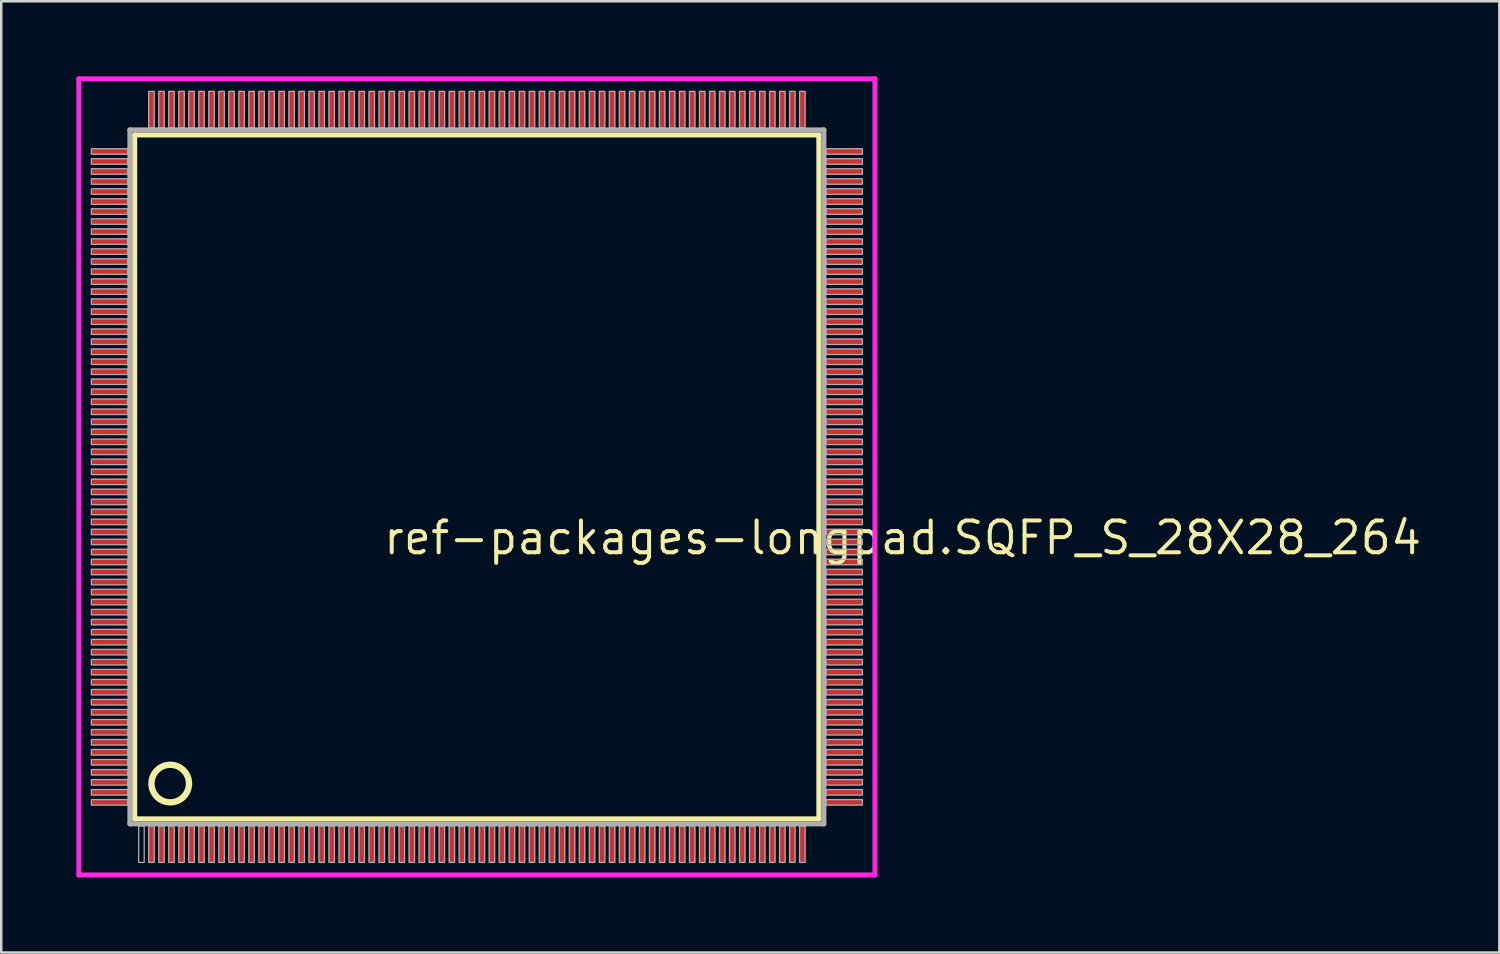
<source format=kicad_pcb>
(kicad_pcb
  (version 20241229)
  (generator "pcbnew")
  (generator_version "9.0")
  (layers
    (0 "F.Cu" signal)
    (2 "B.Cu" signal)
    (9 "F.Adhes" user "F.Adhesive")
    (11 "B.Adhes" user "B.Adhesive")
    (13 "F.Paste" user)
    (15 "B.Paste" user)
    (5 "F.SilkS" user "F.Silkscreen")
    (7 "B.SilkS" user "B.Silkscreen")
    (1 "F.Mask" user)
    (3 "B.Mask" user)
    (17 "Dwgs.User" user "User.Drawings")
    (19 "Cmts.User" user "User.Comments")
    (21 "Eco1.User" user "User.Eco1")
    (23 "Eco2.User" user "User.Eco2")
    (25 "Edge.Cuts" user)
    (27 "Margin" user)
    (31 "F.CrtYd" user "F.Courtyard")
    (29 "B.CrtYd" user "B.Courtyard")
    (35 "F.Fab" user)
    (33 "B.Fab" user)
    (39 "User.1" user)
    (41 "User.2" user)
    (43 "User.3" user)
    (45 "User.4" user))
  (footprint "ref-packages-longpad.SQFP_S_28X28_264"
    (layer "F.Cu")
    (at 16 16)
    (property "Reference" "ref-packages-longpad.SQFP_S_28X28_264" (at -3.81 3.175 0) (layer "F.SilkS") (effects (font (size 1.27 1.27) (thickness 0.16)) (justify left bottom)))
    (attr smd)
    (fp_line (start -13.67 -13.66) (end 13.66 -13.66) (stroke (width 0.203) (type default)) (layer "F.SilkS"))
    (fp_line (start -13.67 13.66) (end -13.67 -13.66) (stroke (width 0.203) (type default)) (layer "F.SilkS"))
    (fp_line (start 13.66 -13.66) (end 13.66 13.66) (stroke (width 0.203) (type default)) (layer "F.SilkS"))
    (fp_line (start 13.66 13.66) (end -13.67 13.66) (stroke (width 0.203) (type default)) (layer "F.SilkS"))
    (fp_circle (center -12.25 12.25) (end -11.5 12.25) (stroke (width 0.254) (type default)) (fill no) (layer "F.SilkS"))
    (fp_line (start -15.9 -15.9) (end 15.9 -15.9) (stroke (width 0.2) (type default)) (layer "F.CrtYd"))
    (fp_line (start -15.9 15.9) (end -15.9 -15.9) (stroke (width 0.2) (type default)) (layer "F.CrtYd"))
    (fp_line (start 15.9 -15.9) (end 15.9 15.9) (stroke (width 0.2) (type default)) (layer "F.CrtYd"))
    (fp_line (start 15.9 15.9) (end -15.9 15.9) (stroke (width 0.2) (type default)) (layer "F.CrtYd"))
    (fp_line (start -13.86 -13.86) (end -13.86 13.86) (stroke (width 0.203) (type default)) (layer "F.Fab"))
    (fp_line (start -13.86 13.86) (end 13.86 13.86) (stroke (width 0.203) (type default)) (layer "F.Fab"))
    (fp_line (start 13.86 -13.86) (end -13.86 -13.86) (stroke (width 0.203) (type default)) (layer "F.Fab"))
    (fp_line (start 13.86 13.86) (end 13.86 -13.86) (stroke (width 0.203) (type default)) (layer "F.Fab"))
    (fp_rect (start -15.4 -12.89) (end -13.95 -13.11) (stroke (width 0.05) (type default)) (fill no) (layer "F.Fab"))
    (fp_rect (start -15.4 -12.49) (end -13.95 -12.71) (stroke (width 0.05) (type default)) (fill no) (layer "F.Fab"))
    (fp_rect (start -15.4 -12.09) (end -13.95 -12.31) (stroke (width 0.05) (type default)) (fill no) (layer "F.Fab"))
    (fp_rect (start -15.4 -11.69) (end -13.95 -11.91) (stroke (width 0.05) (type default)) (fill no) (layer "F.Fab"))
    (fp_rect (start -15.4 -11.29) (end -13.95 -11.51) (stroke (width 0.05) (type default)) (fill no) (layer "F.Fab"))
    (fp_rect (start -15.4 -10.89) (end -13.95 -11.11) (stroke (width 0.05) (type default)) (fill no) (layer "F.Fab"))
    (fp_rect (start -15.4 -10.49) (end -13.95 -10.71) (stroke (width 0.05) (type default)) (fill no) (layer "F.Fab"))
    (fp_rect (start -15.4 -10.09) (end -13.95 -10.31) (stroke (width 0.05) (type default)) (fill no) (layer "F.Fab"))
    (fp_rect (start -15.4 -9.69) (end -13.95 -9.91) (stroke (width 0.05) (type default)) (fill no) (layer "F.Fab"))
    (fp_rect (start -15.4 -9.29) (end -13.95 -9.51) (stroke (width 0.05) (type default)) (fill no) (layer "F.Fab"))
    (fp_rect (start -15.4 -8.89) (end -13.95 -9.11) (stroke (width 0.05) (type default)) (fill no) (layer "F.Fab"))
    (fp_rect (start -15.4 -8.49) (end -13.95 -8.71) (stroke (width 0.05) (type default)) (fill no) (layer "F.Fab"))
    (fp_rect (start -15.4 -8.09) (end -13.95 -8.31) (stroke (width 0.05) (type default)) (fill no) (layer "F.Fab"))
    (fp_rect (start -15.4 -7.69) (end -13.95 -7.91) (stroke (width 0.05) (type default)) (fill no) (layer "F.Fab"))
    (fp_rect (start -15.4 -7.29) (end -13.95 -7.51) (stroke (width 0.05) (type default)) (fill no) (layer "F.Fab"))
    (fp_rect (start -15.4 -6.89) (end -13.95 -7.11) (stroke (width 0.05) (type default)) (fill no) (layer "F.Fab"))
    (fp_rect (start -15.4 -6.49) (end -13.95 -6.71) (stroke (width 0.05) (type default)) (fill no) (layer "F.Fab"))
    (fp_rect (start -15.4 -6.09) (end -13.95 -6.31) (stroke (width 0.05) (type default)) (fill no) (layer "F.Fab"))
    (fp_rect (start -15.4 -5.69) (end -13.95 -5.91) (stroke (width 0.05) (type default)) (fill no) (layer "F.Fab"))
    (fp_rect (start -15.4 -5.29) (end -13.95 -5.51) (stroke (width 0.05) (type default)) (fill no) (layer "F.Fab"))
    (fp_rect (start -15.4 -4.89) (end -13.95 -5.11) (stroke (width 0.05) (type default)) (fill no) (layer "F.Fab"))
    (fp_rect (start -15.4 -4.49) (end -13.95 -4.71) (stroke (width 0.05) (type default)) (fill no) (layer "F.Fab"))
    (fp_rect (start -15.4 -4.09) (end -13.95 -4.31) (stroke (width 0.05) (type default)) (fill no) (layer "F.Fab"))
    (fp_rect (start -15.4 -3.69) (end -13.95 -3.91) (stroke (width 0.05) (type default)) (fill no) (layer "F.Fab"))
    (fp_rect (start -15.4 -3.29) (end -13.95 -3.51) (stroke (width 0.05) (type default)) (fill no) (layer "F.Fab"))
    (fp_rect (start -15.4 -2.89) (end -13.95 -3.11) (stroke (width 0.05) (type default)) (fill no) (layer "F.Fab"))
    (fp_rect (start -15.4 -2.49) (end -13.95 -2.71) (stroke (width 0.05) (type default)) (fill no) (layer "F.Fab"))
    (fp_rect (start -15.4 -2.09) (end -13.95 -2.31) (stroke (width 0.05) (type default)) (fill no) (layer "F.Fab"))
    (fp_rect (start -15.4 -1.69) (end -13.95 -1.91) (stroke (width 0.05) (type default)) (fill no) (layer "F.Fab"))
    (fp_rect (start -15.4 -1.29) (end -13.95 -1.51) (stroke (width 0.05) (type default)) (fill no) (layer "F.Fab"))
    (fp_rect (start -15.4 -0.89) (end -13.95 -1.11) (stroke (width 0.05) (type default)) (fill no) (layer "F.Fab"))
    (fp_rect (start -15.4 -0.49) (end -13.95 -0.71) (stroke (width 0.05) (type default)) (fill no) (layer "F.Fab"))
    (fp_rect (start -15.4 -0.09) (end -13.95 -0.31) (stroke (width 0.05) (type default)) (fill no) (layer "F.Fab"))
    (fp_rect (start -15.4 0.31) (end -13.95 0.09) (stroke (width 0.05) (type default)) (fill no) (layer "F.Fab"))
    (fp_rect (start -15.4 0.71) (end -13.95 0.49) (stroke (width 0.05) (type default)) (fill no) (layer "F.Fab"))
    (fp_rect (start -15.4 1.11) (end -13.95 0.89) (stroke (width 0.05) (type default)) (fill no) (layer "F.Fab"))
    (fp_rect (start -15.4 1.51) (end -13.95 1.29) (stroke (width 0.05) (type default)) (fill no) (layer "F.Fab"))
    (fp_rect (start -15.4 1.91) (end -13.95 1.69) (stroke (width 0.05) (type default)) (fill no) (layer "F.Fab"))
    (fp_rect (start -15.4 2.31) (end -13.95 2.09) (stroke (width 0.05) (type default)) (fill no) (layer "F.Fab"))
    (fp_rect (start -15.4 2.71) (end -13.95 2.49) (stroke (width 0.05) (type default)) (fill no) (layer "F.Fab"))
    (fp_rect (start -15.4 3.11) (end -13.95 2.89) (stroke (width 0.05) (type default)) (fill no) (layer "F.Fab"))
    (fp_rect (start -15.4 3.51) (end -13.95 3.29) (stroke (width 0.05) (type default)) (fill no) (layer "F.Fab"))
    (fp_rect (start -15.4 3.91) (end -13.95 3.69) (stroke (width 0.05) (type default)) (fill no) (layer "F.Fab"))
    (fp_rect (start -15.4 4.31) (end -13.95 4.09) (stroke (width 0.05) (type default)) (fill no) (layer "F.Fab"))
    (fp_rect (start -15.4 4.71) (end -13.95 4.49) (stroke (width 0.05) (type default)) (fill no) (layer "F.Fab"))
    (fp_rect (start -15.4 5.11) (end -13.95 4.89) (stroke (width 0.05) (type default)) (fill no) (layer "F.Fab"))
    (fp_rect (start -15.4 5.51) (end -13.95 5.29) (stroke (width 0.05) (type default)) (fill no) (layer "F.Fab"))
    (fp_rect (start -15.4 5.91) (end -13.95 5.69) (stroke (width 0.05) (type default)) (fill no) (layer "F.Fab"))
    (fp_rect (start -15.4 6.31) (end -13.95 6.09) (stroke (width 0.05) (type default)) (fill no) (layer "F.Fab"))
    (fp_rect (start -15.4 6.71) (end -13.95 6.49) (stroke (width 0.05) (type default)) (fill no) (layer "F.Fab"))
    (fp_rect (start -15.4 7.11) (end -13.95 6.89) (stroke (width 0.05) (type default)) (fill no) (layer "F.Fab"))
    (fp_rect (start -15.4 7.51) (end -13.95 7.29) (stroke (width 0.05) (type default)) (fill no) (layer "F.Fab"))
    (fp_rect (start -15.4 7.91) (end -13.95 7.69) (stroke (width 0.05) (type default)) (fill no) (layer "F.Fab"))
    (fp_rect (start -15.4 8.31) (end -13.95 8.09) (stroke (width 0.05) (type default)) (fill no) (layer "F.Fab"))
    (fp_rect (start -15.4 8.71) (end -13.95 8.49) (stroke (width 0.05) (type default)) (fill no) (layer "F.Fab"))
    (fp_rect (start -15.4 9.11) (end -13.95 8.89) (stroke (width 0.05) (type default)) (fill no) (layer "F.Fab"))
    (fp_rect (start -15.4 9.51) (end -13.95 9.29) (stroke (width 0.05) (type default)) (fill no) (layer "F.Fab"))
    (fp_rect (start -15.4 9.91) (end -13.95 9.69) (stroke (width 0.05) (type default)) (fill no) (layer "F.Fab"))
    (fp_rect (start -15.4 10.31) (end -13.95 10.09) (stroke (width 0.05) (type default)) (fill no) (layer "F.Fab"))
    (fp_rect (start -15.4 10.71) (end -13.95 10.49) (stroke (width 0.05) (type default)) (fill no) (layer "F.Fab"))
    (fp_rect (start -15.4 11.11) (end -13.95 10.89) (stroke (width 0.05) (type default)) (fill no) (layer "F.Fab"))
    (fp_rect (start -15.4 11.51) (end -13.95 11.29) (stroke (width 0.05) (type default)) (fill no) (layer "F.Fab"))
    (fp_rect (start -15.4 11.91) (end -13.95 11.69) (stroke (width 0.05) (type default)) (fill no) (layer "F.Fab"))
    (fp_rect (start -15.4 12.31) (end -13.95 12.09) (stroke (width 0.05) (type default)) (fill no) (layer "F.Fab"))
    (fp_rect (start -15.4 12.71) (end -13.95 12.49) (stroke (width 0.05) (type default)) (fill no) (layer "F.Fab"))
    (fp_rect (start -15.4 13.11) (end -13.95 12.89) (stroke (width 0.05) (type default)) (fill no) (layer "F.Fab"))
    (fp_rect (start -13.51 15.4) (end -13.29 13.95) (stroke (width 0.05) (type default)) (fill no) (layer "F.Fab"))
    (fp_rect (start -13.11 -13.95) (end -12.89 -15.4) (stroke (width 0.05) (type default)) (fill no) (layer "F.Fab"))
    (fp_rect (start -13.11 15.4) (end -12.89 13.95) (stroke (width 0.05) (type default)) (fill no) (layer "F.Fab"))
    (fp_rect (start -12.71 -13.95) (end -12.49 -15.4) (stroke (width 0.05) (type default)) (fill no) (layer "F.Fab"))
    (fp_rect (start -12.71 15.4) (end -12.49 13.95) (stroke (width 0.05) (type default)) (fill no) (layer "F.Fab"))
    (fp_rect (start -12.31 -13.95) (end -12.09 -15.4) (stroke (width 0.05) (type default)) (fill no) (layer "F.Fab"))
    (fp_rect (start -12.31 15.4) (end -12.09 13.95) (stroke (width 0.05) (type default)) (fill no) (layer "F.Fab"))
    (fp_rect (start -11.91 -13.95) (end -11.69 -15.4) (stroke (width 0.05) (type default)) (fill no) (layer "F.Fab"))
    (fp_rect (start -11.91 15.4) (end -11.69 13.95) (stroke (width 0.05) (type default)) (fill no) (layer "F.Fab"))
    (fp_rect (start -11.51 -13.95) (end -11.29 -15.4) (stroke (width 0.05) (type default)) (fill no) (layer "F.Fab"))
    (fp_rect (start -11.51 15.4) (end -11.29 13.95) (stroke (width 0.05) (type default)) (fill no) (layer "F.Fab"))
    (fp_rect (start -11.11 -13.95) (end -10.89 -15.4) (stroke (width 0.05) (type default)) (fill no) (layer "F.Fab"))
    (fp_rect (start -11.11 15.4) (end -10.89 13.95) (stroke (width 0.05) (type default)) (fill no) (layer "F.Fab"))
    (fp_rect (start -10.71 -13.95) (end -10.49 -15.4) (stroke (width 0.05) (type default)) (fill no) (layer "F.Fab"))
    (fp_rect (start -10.71 15.4) (end -10.49 13.95) (stroke (width 0.05) (type default)) (fill no) (layer "F.Fab"))
    (fp_rect (start -10.31 -13.95) (end -10.09 -15.4) (stroke (width 0.05) (type default)) (fill no) (layer "F.Fab"))
    (fp_rect (start -10.31 15.4) (end -10.09 13.95) (stroke (width 0.05) (type default)) (fill no) (layer "F.Fab"))
    (fp_rect (start -9.91 -13.95) (end -9.69 -15.4) (stroke (width 0.05) (type default)) (fill no) (layer "F.Fab"))
    (fp_rect (start -9.91 15.4) (end -9.69 13.95) (stroke (width 0.05) (type default)) (fill no) (layer "F.Fab"))
    (fp_rect (start -9.51 -13.95) (end -9.29 -15.4) (stroke (width 0.05) (type default)) (fill no) (layer "F.Fab"))
    (fp_rect (start -9.51 15.4) (end -9.29 13.95) (stroke (width 0.05) (type default)) (fill no) (layer "F.Fab"))
    (fp_rect (start -9.11 -13.95) (end -8.89 -15.4) (stroke (width 0.05) (type default)) (fill no) (layer "F.Fab"))
    (fp_rect (start -9.11 15.4) (end -8.89 13.95) (stroke (width 0.05) (type default)) (fill no) (layer "F.Fab"))
    (fp_rect (start -8.71 -13.95) (end -8.49 -15.4) (stroke (width 0.05) (type default)) (fill no) (layer "F.Fab"))
    (fp_rect (start -8.71 15.4) (end -8.49 13.95) (stroke (width 0.05) (type default)) (fill no) (layer "F.Fab"))
    (fp_rect (start -8.31 -13.95) (end -8.09 -15.4) (stroke (width 0.05) (type default)) (fill no) (layer "F.Fab"))
    (fp_rect (start -8.31 15.4) (end -8.09 13.95) (stroke (width 0.05) (type default)) (fill no) (layer "F.Fab"))
    (fp_rect (start -7.91 -13.95) (end -7.69 -15.4) (stroke (width 0.05) (type default)) (fill no) (layer "F.Fab"))
    (fp_rect (start -7.91 15.4) (end -7.69 13.95) (stroke (width 0.05) (type default)) (fill no) (layer "F.Fab"))
    (fp_rect (start -7.51 -13.95) (end -7.29 -15.4) (stroke (width 0.05) (type default)) (fill no) (layer "F.Fab"))
    (fp_rect (start -7.51 15.4) (end -7.29 13.95) (stroke (width 0.05) (type default)) (fill no) (layer "F.Fab"))
    (fp_rect (start -7.11 -13.95) (end -6.89 -15.4) (stroke (width 0.05) (type default)) (fill no) (layer "F.Fab"))
    (fp_rect (start -7.11 15.4) (end -6.89 13.95) (stroke (width 0.05) (type default)) (fill no) (layer "F.Fab"))
    (fp_rect (start -6.71 -13.95) (end -6.49 -15.4) (stroke (width 0.05) (type default)) (fill no) (layer "F.Fab"))
    (fp_rect (start -6.71 15.4) (end -6.49 13.95) (stroke (width 0.05) (type default)) (fill no) (layer "F.Fab"))
    (fp_rect (start -6.31 -13.95) (end -6.09 -15.4) (stroke (width 0.05) (type default)) (fill no) (layer "F.Fab"))
    (fp_rect (start -6.31 15.4) (end -6.09 13.95) (stroke (width 0.05) (type default)) (fill no) (layer "F.Fab"))
    (fp_rect (start -5.91 -13.95) (end -5.69 -15.4) (stroke (width 0.05) (type default)) (fill no) (layer "F.Fab"))
    (fp_rect (start -5.91 15.4) (end -5.69 13.95) (stroke (width 0.05) (type default)) (fill no) (layer "F.Fab"))
    (fp_rect (start -5.51 -13.95) (end -5.29 -15.4) (stroke (width 0.05) (type default)) (fill no) (layer "F.Fab"))
    (fp_rect (start -5.51 15.4) (end -5.29 13.95) (stroke (width 0.05) (type default)) (fill no) (layer "F.Fab"))
    (fp_rect (start -5.11 -13.95) (end -4.89 -15.4) (stroke (width 0.05) (type default)) (fill no) (layer "F.Fab"))
    (fp_rect (start -5.11 15.4) (end -4.89 13.95) (stroke (width 0.05) (type default)) (fill no) (layer "F.Fab"))
    (fp_rect (start -4.71 -13.95) (end -4.49 -15.4) (stroke (width 0.05) (type default)) (fill no) (layer "F.Fab"))
    (fp_rect (start -4.71 15.4) (end -4.49 13.95) (stroke (width 0.05) (type default)) (fill no) (layer "F.Fab"))
    (fp_rect (start -4.31 -13.95) (end -4.09 -15.4) (stroke (width 0.05) (type default)) (fill no) (layer "F.Fab"))
    (fp_rect (start -4.31 15.4) (end -4.09 13.95) (stroke (width 0.05) (type default)) (fill no) (layer "F.Fab"))
    (fp_rect (start -3.91 -13.95) (end -3.69 -15.4) (stroke (width 0.05) (type default)) (fill no) (layer "F.Fab"))
    (fp_rect (start -3.91 15.4) (end -3.69 13.95) (stroke (width 0.05) (type default)) (fill no) (layer "F.Fab"))
    (fp_rect (start -3.51 -13.95) (end -3.29 -15.4) (stroke (width 0.05) (type default)) (fill no) (layer "F.Fab"))
    (fp_rect (start -3.51 15.4) (end -3.29 13.95) (stroke (width 0.05) (type default)) (fill no) (layer "F.Fab"))
    (fp_rect (start -3.11 -13.95) (end -2.89 -15.4) (stroke (width 0.05) (type default)) (fill no) (layer "F.Fab"))
    (fp_rect (start -3.11 15.4) (end -2.89 13.95) (stroke (width 0.05) (type default)) (fill no) (layer "F.Fab"))
    (fp_rect (start -2.71 -13.95) (end -2.49 -15.4) (stroke (width 0.05) (type default)) (fill no) (layer "F.Fab"))
    (fp_rect (start -2.71 15.4) (end -2.49 13.95) (stroke (width 0.05) (type default)) (fill no) (layer "F.Fab"))
    (fp_rect (start -2.31 -13.95) (end -2.09 -15.4) (stroke (width 0.05) (type default)) (fill no) (layer "F.Fab"))
    (fp_rect (start -2.31 15.4) (end -2.09 13.95) (stroke (width 0.05) (type default)) (fill no) (layer "F.Fab"))
    (fp_rect (start -1.91 -13.95) (end -1.69 -15.4) (stroke (width 0.05) (type default)) (fill no) (layer "F.Fab"))
    (fp_rect (start -1.91 15.4) (end -1.69 13.95) (stroke (width 0.05) (type default)) (fill no) (layer "F.Fab"))
    (fp_rect (start -1.51 -13.95) (end -1.29 -15.4) (stroke (width 0.05) (type default)) (fill no) (layer "F.Fab"))
    (fp_rect (start -1.51 15.4) (end -1.29 13.95) (stroke (width 0.05) (type default)) (fill no) (layer "F.Fab"))
    (fp_rect (start -1.11 -13.95) (end -0.89 -15.4) (stroke (width 0.05) (type default)) (fill no) (layer "F.Fab"))
    (fp_rect (start -1.11 15.4) (end -0.89 13.95) (stroke (width 0.05) (type default)) (fill no) (layer "F.Fab"))
    (fp_rect (start -0.71 -13.95) (end -0.49 -15.4) (stroke (width 0.05) (type default)) (fill no) (layer "F.Fab"))
    (fp_rect (start -0.71 15.4) (end -0.49 13.95) (stroke (width 0.05) (type default)) (fill no) (layer "F.Fab"))
    (fp_rect (start -0.31 -13.95) (end -0.09 -15.4) (stroke (width 0.05) (type default)) (fill no) (layer "F.Fab"))
    (fp_rect (start -0.31 15.4) (end -0.09 13.95) (stroke (width 0.05) (type default)) (fill no) (layer "F.Fab"))
    (fp_rect (start 0.09 -13.95) (end 0.31 -15.4) (stroke (width 0.05) (type default)) (fill no) (layer "F.Fab"))
    (fp_rect (start 0.09 15.4) (end 0.31 13.95) (stroke (width 0.05) (type default)) (fill no) (layer "F.Fab"))
    (fp_rect (start 0.49 -13.95) (end 0.71 -15.4) (stroke (width 0.05) (type default)) (fill no) (layer "F.Fab"))
    (fp_rect (start 0.49 15.4) (end 0.71 13.95) (stroke (width 0.05) (type default)) (fill no) (layer "F.Fab"))
    (fp_rect (start 0.89 -13.95) (end 1.11 -15.4) (stroke (width 0.05) (type default)) (fill no) (layer "F.Fab"))
    (fp_rect (start 0.89 15.4) (end 1.11 13.95) (stroke (width 0.05) (type default)) (fill no) (layer "F.Fab"))
    (fp_rect (start 1.29 -13.95) (end 1.51 -15.4) (stroke (width 0.05) (type default)) (fill no) (layer "F.Fab"))
    (fp_rect (start 1.29 15.4) (end 1.51 13.95) (stroke (width 0.05) (type default)) (fill no) (layer "F.Fab"))
    (fp_rect (start 1.69 -13.95) (end 1.91 -15.4) (stroke (width 0.05) (type default)) (fill no) (layer "F.Fab"))
    (fp_rect (start 1.69 15.4) (end 1.91 13.95) (stroke (width 0.05) (type default)) (fill no) (layer "F.Fab"))
    (fp_rect (start 2.09 -13.95) (end 2.31 -15.4) (stroke (width 0.05) (type default)) (fill no) (layer "F.Fab"))
    (fp_rect (start 2.09 15.4) (end 2.31 13.95) (stroke (width 0.05) (type default)) (fill no) (layer "F.Fab"))
    (fp_rect (start 2.49 -13.95) (end 2.71 -15.4) (stroke (width 0.05) (type default)) (fill no) (layer "F.Fab"))
    (fp_rect (start 2.49 15.4) (end 2.71 13.95) (stroke (width 0.05) (type default)) (fill no) (layer "F.Fab"))
    (fp_rect (start 2.89 -13.95) (end 3.11 -15.4) (stroke (width 0.05) (type default)) (fill no) (layer "F.Fab"))
    (fp_rect (start 2.89 15.4) (end 3.11 13.95) (stroke (width 0.05) (type default)) (fill no) (layer "F.Fab"))
    (fp_rect (start 3.29 -13.95) (end 3.51 -15.4) (stroke (width 0.05) (type default)) (fill no) (layer "F.Fab"))
    (fp_rect (start 3.29 15.4) (end 3.51 13.95) (stroke (width 0.05) (type default)) (fill no) (layer "F.Fab"))
    (fp_rect (start 3.69 -13.95) (end 3.91 -15.4) (stroke (width 0.05) (type default)) (fill no) (layer "F.Fab"))
    (fp_rect (start 3.69 15.4) (end 3.91 13.95) (stroke (width 0.05) (type default)) (fill no) (layer "F.Fab"))
    (fp_rect (start 4.09 -13.95) (end 4.31 -15.4) (stroke (width 0.05) (type default)) (fill no) (layer "F.Fab"))
    (fp_rect (start 4.09 15.4) (end 4.31 13.95) (stroke (width 0.05) (type default)) (fill no) (layer "F.Fab"))
    (fp_rect (start 4.49 -13.95) (end 4.71 -15.4) (stroke (width 0.05) (type default)) (fill no) (layer "F.Fab"))
    (fp_rect (start 4.49 15.4) (end 4.71 13.95) (stroke (width 0.05) (type default)) (fill no) (layer "F.Fab"))
    (fp_rect (start 4.89 -13.95) (end 5.11 -15.4) (stroke (width 0.05) (type default)) (fill no) (layer "F.Fab"))
    (fp_rect (start 4.89 15.4) (end 5.11 13.95) (stroke (width 0.05) (type default)) (fill no) (layer "F.Fab"))
    (fp_rect (start 5.29 -13.95) (end 5.51 -15.4) (stroke (width 0.05) (type default)) (fill no) (layer "F.Fab"))
    (fp_rect (start 5.29 15.4) (end 5.51 13.95) (stroke (width 0.05) (type default)) (fill no) (layer "F.Fab"))
    (fp_rect (start 5.69 -13.95) (end 5.91 -15.4) (stroke (width 0.05) (type default)) (fill no) (layer "F.Fab"))
    (fp_rect (start 5.69 15.4) (end 5.91 13.95) (stroke (width 0.05) (type default)) (fill no) (layer "F.Fab"))
    (fp_rect (start 6.09 -13.95) (end 6.31 -15.4) (stroke (width 0.05) (type default)) (fill no) (layer "F.Fab"))
    (fp_rect (start 6.09 15.4) (end 6.31 13.95) (stroke (width 0.05) (type default)) (fill no) (layer "F.Fab"))
    (fp_rect (start 6.49 -13.95) (end 6.71 -15.4) (stroke (width 0.05) (type default)) (fill no) (layer "F.Fab"))
    (fp_rect (start 6.49 15.4) (end 6.71 13.95) (stroke (width 0.05) (type default)) (fill no) (layer "F.Fab"))
    (fp_rect (start 6.89 -13.95) (end 7.11 -15.4) (stroke (width 0.05) (type default)) (fill no) (layer "F.Fab"))
    (fp_rect (start 6.89 15.4) (end 7.11 13.95) (stroke (width 0.05) (type default)) (fill no) (layer "F.Fab"))
    (fp_rect (start 7.29 -13.95) (end 7.51 -15.4) (stroke (width 0.05) (type default)) (fill no) (layer "F.Fab"))
    (fp_rect (start 7.29 15.4) (end 7.51 13.95) (stroke (width 0.05) (type default)) (fill no) (layer "F.Fab"))
    (fp_rect (start 7.69 -13.95) (end 7.91 -15.4) (stroke (width 0.05) (type default)) (fill no) (layer "F.Fab"))
    (fp_rect (start 7.69 15.4) (end 7.91 13.95) (stroke (width 0.05) (type default)) (fill no) (layer "F.Fab"))
    (fp_rect (start 8.09 -13.95) (end 8.31 -15.4) (stroke (width 0.05) (type default)) (fill no) (layer "F.Fab"))
    (fp_rect (start 8.09 15.4) (end 8.31 13.95) (stroke (width 0.05) (type default)) (fill no) (layer "F.Fab"))
    (fp_rect (start 8.49 -13.95) (end 8.71 -15.4) (stroke (width 0.05) (type default)) (fill no) (layer "F.Fab"))
    (fp_rect (start 8.49 15.4) (end 8.71 13.95) (stroke (width 0.05) (type default)) (fill no) (layer "F.Fab"))
    (fp_rect (start 8.89 -13.95) (end 9.11 -15.4) (stroke (width 0.05) (type default)) (fill no) (layer "F.Fab"))
    (fp_rect (start 8.89 15.4) (end 9.11 13.95) (stroke (width 0.05) (type default)) (fill no) (layer "F.Fab"))
    (fp_rect (start 9.29 -13.95) (end 9.51 -15.4) (stroke (width 0.05) (type default)) (fill no) (layer "F.Fab"))
    (fp_rect (start 9.29 15.4) (end 9.51 13.95) (stroke (width 0.05) (type default)) (fill no) (layer "F.Fab"))
    (fp_rect (start 9.69 -13.95) (end 9.91 -15.4) (stroke (width 0.05) (type default)) (fill no) (layer "F.Fab"))
    (fp_rect (start 9.69 15.4) (end 9.91 13.95) (stroke (width 0.05) (type default)) (fill no) (layer "F.Fab"))
    (fp_rect (start 10.09 -13.95) (end 10.31 -15.4) (stroke (width 0.05) (type default)) (fill no) (layer "F.Fab"))
    (fp_rect (start 10.09 15.4) (end 10.31 13.95) (stroke (width 0.05) (type default)) (fill no) (layer "F.Fab"))
    (fp_rect (start 10.49 -13.95) (end 10.71 -15.4) (stroke (width 0.05) (type default)) (fill no) (layer "F.Fab"))
    (fp_rect (start 10.49 15.4) (end 10.71 13.95) (stroke (width 0.05) (type default)) (fill no) (layer "F.Fab"))
    (fp_rect (start 10.89 -13.95) (end 11.11 -15.4) (stroke (width 0.05) (type default)) (fill no) (layer "F.Fab"))
    (fp_rect (start 10.89 15.4) (end 11.11 13.95) (stroke (width 0.05) (type default)) (fill no) (layer "F.Fab"))
    (fp_rect (start 11.29 -13.95) (end 11.51 -15.4) (stroke (width 0.05) (type default)) (fill no) (layer "F.Fab"))
    (fp_rect (start 11.29 15.4) (end 11.51 13.95) (stroke (width 0.05) (type default)) (fill no) (layer "F.Fab"))
    (fp_rect (start 11.69 -13.95) (end 11.91 -15.4) (stroke (width 0.05) (type default)) (fill no) (layer "F.Fab"))
    (fp_rect (start 11.69 15.4) (end 11.91 13.95) (stroke (width 0.05) (type default)) (fill no) (layer "F.Fab"))
    (fp_rect (start 12.09 -13.95) (end 12.31 -15.4) (stroke (width 0.05) (type default)) (fill no) (layer "F.Fab"))
    (fp_rect (start 12.09 15.4) (end 12.31 13.95) (stroke (width 0.05) (type default)) (fill no) (layer "F.Fab"))
    (fp_rect (start 12.49 -13.95) (end 12.71 -15.4) (stroke (width 0.05) (type default)) (fill no) (layer "F.Fab"))
    (fp_rect (start 12.49 15.4) (end 12.71 13.95) (stroke (width 0.05) (type default)) (fill no) (layer "F.Fab"))
    (fp_rect (start 12.89 -13.95) (end 13.11 -15.4) (stroke (width 0.05) (type default)) (fill no) (layer "F.Fab"))
    (fp_rect (start 12.89 15.4) (end 13.11 13.95) (stroke (width 0.05) (type default)) (fill no) (layer "F.Fab"))
    (fp_rect (start 13.95 -12.89) (end 15.4 -13.11) (stroke (width 0.05) (type default)) (fill no) (layer "F.Fab"))
    (fp_rect (start 13.95 -12.49) (end 15.4 -12.71) (stroke (width 0.05) (type default)) (fill no) (layer "F.Fab"))
    (fp_rect (start 13.95 -12.09) (end 15.4 -12.31) (stroke (width 0.05) (type default)) (fill no) (layer "F.Fab"))
    (fp_rect (start 13.95 -11.69) (end 15.4 -11.91) (stroke (width 0.05) (type default)) (fill no) (layer "F.Fab"))
    (fp_rect (start 13.95 -11.29) (end 15.4 -11.51) (stroke (width 0.05) (type default)) (fill no) (layer "F.Fab"))
    (fp_rect (start 13.95 -10.89) (end 15.4 -11.11) (stroke (width 0.05) (type default)) (fill no) (layer "F.Fab"))
    (fp_rect (start 13.95 -10.49) (end 15.4 -10.71) (stroke (width 0.05) (type default)) (fill no) (layer "F.Fab"))
    (fp_rect (start 13.95 -10.09) (end 15.4 -10.31) (stroke (width 0.05) (type default)) (fill no) (layer "F.Fab"))
    (fp_rect (start 13.95 -9.69) (end 15.4 -9.91) (stroke (width 0.05) (type default)) (fill no) (layer "F.Fab"))
    (fp_rect (start 13.95 -9.29) (end 15.4 -9.51) (stroke (width 0.05) (type default)) (fill no) (layer "F.Fab"))
    (fp_rect (start 13.95 -8.89) (end 15.4 -9.11) (stroke (width 0.05) (type default)) (fill no) (layer "F.Fab"))
    (fp_rect (start 13.95 -8.49) (end 15.4 -8.71) (stroke (width 0.05) (type default)) (fill no) (layer "F.Fab"))
    (fp_rect (start 13.95 -8.09) (end 15.4 -8.31) (stroke (width 0.05) (type default)) (fill no) (layer "F.Fab"))
    (fp_rect (start 13.95 -7.69) (end 15.4 -7.91) (stroke (width 0.05) (type default)) (fill no) (layer "F.Fab"))
    (fp_rect (start 13.95 -7.29) (end 15.4 -7.51) (stroke (width 0.05) (type default)) (fill no) (layer "F.Fab"))
    (fp_rect (start 13.95 -6.89) (end 15.4 -7.11) (stroke (width 0.05) (type default)) (fill no) (layer "F.Fab"))
    (fp_rect (start 13.95 -6.49) (end 15.4 -6.71) (stroke (width 0.05) (type default)) (fill no) (layer "F.Fab"))
    (fp_rect (start 13.95 -6.09) (end 15.4 -6.31) (stroke (width 0.05) (type default)) (fill no) (layer "F.Fab"))
    (fp_rect (start 13.95 -5.69) (end 15.4 -5.91) (stroke (width 0.05) (type default)) (fill no) (layer "F.Fab"))
    (fp_rect (start 13.95 -5.29) (end 15.4 -5.51) (stroke (width 0.05) (type default)) (fill no) (layer "F.Fab"))
    (fp_rect (start 13.95 -4.89) (end 15.4 -5.11) (stroke (width 0.05) (type default)) (fill no) (layer "F.Fab"))
    (fp_rect (start 13.95 -4.49) (end 15.4 -4.71) (stroke (width 0.05) (type default)) (fill no) (layer "F.Fab"))
    (fp_rect (start 13.95 -4.09) (end 15.4 -4.31) (stroke (width 0.05) (type default)) (fill no) (layer "F.Fab"))
    (fp_rect (start 13.95 -3.69) (end 15.4 -3.91) (stroke (width 0.05) (type default)) (fill no) (layer "F.Fab"))
    (fp_rect (start 13.95 -3.29) (end 15.4 -3.51) (stroke (width 0.05) (type default)) (fill no) (layer "F.Fab"))
    (fp_rect (start 13.95 -2.89) (end 15.4 -3.11) (stroke (width 0.05) (type default)) (fill no) (layer "F.Fab"))
    (fp_rect (start 13.95 -2.49) (end 15.4 -2.71) (stroke (width 0.05) (type default)) (fill no) (layer "F.Fab"))
    (fp_rect (start 13.95 -2.09) (end 15.4 -2.31) (stroke (width 0.05) (type default)) (fill no) (layer "F.Fab"))
    (fp_rect (start 13.95 -1.69) (end 15.4 -1.91) (stroke (width 0.05) (type default)) (fill no) (layer "F.Fab"))
    (fp_rect (start 13.95 -1.29) (end 15.4 -1.51) (stroke (width 0.05) (type default)) (fill no) (layer "F.Fab"))
    (fp_rect (start 13.95 -0.89) (end 15.4 -1.11) (stroke (width 0.05) (type default)) (fill no) (layer "F.Fab"))
    (fp_rect (start 13.95 -0.49) (end 15.4 -0.71) (stroke (width 0.05) (type default)) (fill no) (layer "F.Fab"))
    (fp_rect (start 13.95 -0.09) (end 15.4 -0.31) (stroke (width 0.05) (type default)) (fill no) (layer "F.Fab"))
    (fp_rect (start 13.95 0.31) (end 15.4 0.09) (stroke (width 0.05) (type default)) (fill no) (layer "F.Fab"))
    (fp_rect (start 13.95 0.71) (end 15.4 0.49) (stroke (width 0.05) (type default)) (fill no) (layer "F.Fab"))
    (fp_rect (start 13.95 1.11) (end 15.4 0.89) (stroke (width 0.05) (type default)) (fill no) (layer "F.Fab"))
    (fp_rect (start 13.95 1.51) (end 15.4 1.29) (stroke (width 0.05) (type default)) (fill no) (layer "F.Fab"))
    (fp_rect (start 13.95 1.91) (end 15.4 1.69) (stroke (width 0.05) (type default)) (fill no) (layer "F.Fab"))
    (fp_rect (start 13.95 2.31) (end 15.4 2.09) (stroke (width 0.05) (type default)) (fill no) (layer "F.Fab"))
    (fp_rect (start 13.95 2.71) (end 15.4 2.49) (stroke (width 0.05) (type default)) (fill no) (layer "F.Fab"))
    (fp_rect (start 13.95 3.11) (end 15.4 2.89) (stroke (width 0.05) (type default)) (fill no) (layer "F.Fab"))
    (fp_rect (start 13.95 3.51) (end 15.4 3.29) (stroke (width 0.05) (type default)) (fill no) (layer "F.Fab"))
    (fp_rect (start 13.95 3.91) (end 15.4 3.69) (stroke (width 0.05) (type default)) (fill no) (layer "F.Fab"))
    (fp_rect (start 13.95 4.31) (end 15.4 4.09) (stroke (width 0.05) (type default)) (fill no) (layer "F.Fab"))
    (fp_rect (start 13.95 4.71) (end 15.4 4.49) (stroke (width 0.05) (type default)) (fill no) (layer "F.Fab"))
    (fp_rect (start 13.95 5.11) (end 15.4 4.89) (stroke (width 0.05) (type default)) (fill no) (layer "F.Fab"))
    (fp_rect (start 13.95 5.51) (end 15.4 5.29) (stroke (width 0.05) (type default)) (fill no) (layer "F.Fab"))
    (fp_rect (start 13.95 5.91) (end 15.4 5.69) (stroke (width 0.05) (type default)) (fill no) (layer "F.Fab"))
    (fp_rect (start 13.95 6.31) (end 15.4 6.09) (stroke (width 0.05) (type default)) (fill no) (layer "F.Fab"))
    (fp_rect (start 13.95 6.71) (end 15.4 6.49) (stroke (width 0.05) (type default)) (fill no) (layer "F.Fab"))
    (fp_rect (start 13.95 7.11) (end 15.4 6.89) (stroke (width 0.05) (type default)) (fill no) (layer "F.Fab"))
    (fp_rect (start 13.95 7.51) (end 15.4 7.29) (stroke (width 0.05) (type default)) (fill no) (layer "F.Fab"))
    (fp_rect (start 13.95 7.91) (end 15.4 7.69) (stroke (width 0.05) (type default)) (fill no) (layer "F.Fab"))
    (fp_rect (start 13.95 8.31) (end 15.4 8.09) (stroke (width 0.05) (type default)) (fill no) (layer "F.Fab"))
    (fp_rect (start 13.95 8.71) (end 15.4 8.49) (stroke (width 0.05) (type default)) (fill no) (layer "F.Fab"))
    (fp_rect (start 13.95 9.11) (end 15.4 8.89) (stroke (width 0.05) (type default)) (fill no) (layer "F.Fab"))
    (fp_rect (start 13.95 9.51) (end 15.4 9.29) (stroke (width 0.05) (type default)) (fill no) (layer "F.Fab"))
    (fp_rect (start 13.95 9.91) (end 15.4 9.69) (stroke (width 0.05) (type default)) (fill no) (layer "F.Fab"))
    (fp_rect (start 13.95 10.31) (end 15.4 10.09) (stroke (width 0.05) (type default)) (fill no) (layer "F.Fab"))
    (fp_rect (start 13.95 10.71) (end 15.4 10.49) (stroke (width 0.05) (type default)) (fill no) (layer "F.Fab"))
    (fp_rect (start 13.95 11.11) (end 15.4 10.89) (stroke (width 0.05) (type default)) (fill no) (layer "F.Fab"))
    (fp_rect (start 13.95 11.51) (end 15.4 11.29) (stroke (width 0.05) (type default)) (fill no) (layer "F.Fab"))
    (fp_rect (start 13.95 11.91) (end 15.4 11.69) (stroke (width 0.05) (type default)) (fill no) (layer "F.Fab"))
    (fp_rect (start 13.95 12.31) (end 15.4 12.09) (stroke (width 0.05) (type default)) (fill no) (layer "F.Fab"))
    (fp_rect (start 13.95 12.71) (end 15.4 12.49) (stroke (width 0.05) (type default)) (fill no) (layer "F.Fab"))
    (fp_rect (start 13.95 13.11) (end 15.4 12.89) (stroke (width 0.05) (type default)) (fill no) (layer "F.Fab"))
    (pad "1" smd roundrect (at -13 14.6) (size 0.25 1.6) (layers "F.Cu" "F.Mask" "F.Paste") (roundrect_rratio 0.01))
    (pad "2" smd roundrect (at -12.6 14.6) (size 0.25 1.6) (layers "F.Cu" "F.Mask" "F.Paste") (roundrect_rratio 0.01))
    (pad "3" smd roundrect (at -12.2 14.6) (size 0.25 1.6) (layers "F.Cu" "F.Mask" "F.Paste") (roundrect_rratio 0.01))
    (pad "4" smd roundrect (at -11.8 14.6) (size 0.25 1.6) (layers "F.Cu" "F.Mask" "F.Paste") (roundrect_rratio 0.01))
    (pad "5" smd roundrect (at -11.4 14.6) (size 0.25 1.6) (layers "F.Cu" "F.Mask" "F.Paste") (roundrect_rratio 0.01))
    (pad "6" smd roundrect (at -11 14.6) (size 0.25 1.6) (layers "F.Cu" "F.Mask" "F.Paste") (roundrect_rratio 0.01))
    (pad "7" smd roundrect (at -10.6 14.6) (size 0.25 1.6) (layers "F.Cu" "F.Mask" "F.Paste") (roundrect_rratio 0.01))
    (pad "8" smd roundrect (at -10.2 14.6) (size 0.25 1.6) (layers "F.Cu" "F.Mask" "F.Paste") (roundrect_rratio 0.01))
    (pad "9" smd roundrect (at -9.8 14.6) (size 0.25 1.6) (layers "F.Cu" "F.Mask" "F.Paste") (roundrect_rratio 0.01))
    (pad "10" smd roundrect (at -9.4 14.6) (size 0.25 1.6) (layers "F.Cu" "F.Mask" "F.Paste") (roundrect_rratio 0.01))
    (pad "11" smd roundrect (at -9 14.6) (size 0.25 1.6) (layers "F.Cu" "F.Mask" "F.Paste") (roundrect_rratio 0.01))
    (pad "12" smd roundrect (at -8.6 14.6) (size 0.25 1.6) (layers "F.Cu" "F.Mask" "F.Paste") (roundrect_rratio 0.01))
    (pad "13" smd roundrect (at -8.2 14.6) (size 0.25 1.6) (layers "F.Cu" "F.Mask" "F.Paste") (roundrect_rratio 0.01))
    (pad "14" smd roundrect (at -7.8 14.6) (size 0.25 1.6) (layers "F.Cu" "F.Mask" "F.Paste") (roundrect_rratio 0.01))
    (pad "15" smd roundrect (at -7.4 14.6) (size 0.25 1.6) (layers "F.Cu" "F.Mask" "F.Paste") (roundrect_rratio 0.01))
    (pad "16" smd roundrect (at -7 14.6) (size 0.25 1.6) (layers "F.Cu" "F.Mask" "F.Paste") (roundrect_rratio 0.01))
    (pad "17" smd roundrect (at -6.6 14.6) (size 0.25 1.6) (layers "F.Cu" "F.Mask" "F.Paste") (roundrect_rratio 0.01))
    (pad "18" smd roundrect (at -6.2 14.6) (size 0.25 1.6) (layers "F.Cu" "F.Mask" "F.Paste") (roundrect_rratio 0.01))
    (pad "19" smd roundrect (at -5.8 14.6) (size 0.25 1.6) (layers "F.Cu" "F.Mask" "F.Paste") (roundrect_rratio 0.01))
    (pad "20" smd roundrect (at -5.4 14.6) (size 0.25 1.6) (layers "F.Cu" "F.Mask" "F.Paste") (roundrect_rratio 0.01))
    (pad "21" smd roundrect (at -5 14.6) (size 0.25 1.6) (layers "F.Cu" "F.Mask" "F.Paste") (roundrect_rratio 0.01))
    (pad "22" smd roundrect (at -4.6 14.6) (size 0.25 1.6) (layers "F.Cu" "F.Mask" "F.Paste") (roundrect_rratio 0.01))
    (pad "23" smd roundrect (at -4.2 14.6) (size 0.25 1.6) (layers "F.Cu" "F.Mask" "F.Paste") (roundrect_rratio 0.01))
    (pad "24" smd roundrect (at -3.8 14.6) (size 0.25 1.6) (layers "F.Cu" "F.Mask" "F.Paste") (roundrect_rratio 0.01))
    (pad "25" smd roundrect (at -3.4 14.6) (size 0.25 1.6) (layers "F.Cu" "F.Mask" "F.Paste") (roundrect_rratio 0.01))
    (pad "26" smd roundrect (at -3 14.6) (size 0.25 1.6) (layers "F.Cu" "F.Mask" "F.Paste") (roundrect_rratio 0.01))
    (pad "27" smd roundrect (at -2.6 14.6) (size 0.25 1.6) (layers "F.Cu" "F.Mask" "F.Paste") (roundrect_rratio 0.01))
    (pad "28" smd roundrect (at -2.2 14.6) (size 0.25 1.6) (layers "F.Cu" "F.Mask" "F.Paste") (roundrect_rratio 0.01))
    (pad "29" smd roundrect (at -1.8 14.6) (size 0.25 1.6) (layers "F.Cu" "F.Mask" "F.Paste") (roundrect_rratio 0.01))
    (pad "30" smd roundrect (at -1.4 14.6) (size 0.25 1.6) (layers "F.Cu" "F.Mask" "F.Paste") (roundrect_rratio 0.01))
    (pad "31" smd roundrect (at -1 14.6) (size 0.25 1.6) (layers "F.Cu" "F.Mask" "F.Paste") (roundrect_rratio 0.01))
    (pad "32" smd roundrect (at -0.6 14.6) (size 0.25 1.6) (layers "F.Cu" "F.Mask" "F.Paste") (roundrect_rratio 0.01))
    (pad "33" smd roundrect (at -0.2 14.6) (size 0.25 1.6) (layers "F.Cu" "F.Mask" "F.Paste") (roundrect_rratio 0.01))
    (pad "34" smd roundrect (at 0.2 14.6) (size 0.25 1.6) (layers "F.Cu" "F.Mask" "F.Paste") (roundrect_rratio 0.01))
    (pad "35" smd roundrect (at 0.6 14.6) (size 0.25 1.6) (layers "F.Cu" "F.Mask" "F.Paste") (roundrect_rratio 0.01))
    (pad "36" smd roundrect (at 1 14.6) (size 0.25 1.6) (layers "F.Cu" "F.Mask" "F.Paste") (roundrect_rratio 0.01))
    (pad "37" smd roundrect (at 1.4 14.6) (size 0.25 1.6) (layers "F.Cu" "F.Mask" "F.Paste") (roundrect_rratio 0.01))
    (pad "38" smd roundrect (at 1.8 14.6) (size 0.25 1.6) (layers "F.Cu" "F.Mask" "F.Paste") (roundrect_rratio 0.01))
    (pad "39" smd roundrect (at 2.2 14.6) (size 0.25 1.6) (layers "F.Cu" "F.Mask" "F.Paste") (roundrect_rratio 0.01))
    (pad "40" smd roundrect (at 2.6 14.6) (size 0.25 1.6) (layers "F.Cu" "F.Mask" "F.Paste") (roundrect_rratio 0.01))
    (pad "41" smd roundrect (at 3 14.6) (size 0.25 1.6) (layers "F.Cu" "F.Mask" "F.Paste") (roundrect_rratio 0.01))
    (pad "42" smd roundrect (at 3.4 14.6) (size 0.25 1.6) (layers "F.Cu" "F.Mask" "F.Paste") (roundrect_rratio 0.01))
    (pad "43" smd roundrect (at 3.8 14.6) (size 0.25 1.6) (layers "F.Cu" "F.Mask" "F.Paste") (roundrect_rratio 0.01))
    (pad "44" smd roundrect (at 4.2 14.6) (size 0.25 1.6) (layers "F.Cu" "F.Mask" "F.Paste") (roundrect_rratio 0.01))
    (pad "45" smd roundrect (at 4.6 14.6) (size 0.25 1.6) (layers "F.Cu" "F.Mask" "F.Paste") (roundrect_rratio 0.01))
    (pad "46" smd roundrect (at 5 14.6) (size 0.25 1.6) (layers "F.Cu" "F.Mask" "F.Paste") (roundrect_rratio 0.01))
    (pad "47" smd roundrect (at 5.4 14.6) (size 0.25 1.6) (layers "F.Cu" "F.Mask" "F.Paste") (roundrect_rratio 0.01))
    (pad "48" smd roundrect (at 5.8 14.6) (size 0.25 1.6) (layers "F.Cu" "F.Mask" "F.Paste") (roundrect_rratio 0.01))
    (pad "49" smd roundrect (at 6.2 14.6) (size 0.25 1.6) (layers "F.Cu" "F.Mask" "F.Paste") (roundrect_rratio 0.01))
    (pad "50" smd roundrect (at 6.6 14.6) (size 0.25 1.6) (layers "F.Cu" "F.Mask" "F.Paste") (roundrect_rratio 0.01))
    (pad "51" smd roundrect (at 7 14.6) (size 0.25 1.6) (layers "F.Cu" "F.Mask" "F.Paste") (roundrect_rratio 0.01))
    (pad "52" smd roundrect (at 7.4 14.6) (size 0.25 1.6) (layers "F.Cu" "F.Mask" "F.Paste") (roundrect_rratio 0.01))
    (pad "53" smd roundrect (at 7.8 14.6) (size 0.25 1.6) (layers "F.Cu" "F.Mask" "F.Paste") (roundrect_rratio 0.01))
    (pad "54" smd roundrect (at 8.2 14.6) (size 0.25 1.6) (layers "F.Cu" "F.Mask" "F.Paste") (roundrect_rratio 0.01))
    (pad "55" smd roundrect (at 8.6 14.6) (size 0.25 1.6) (layers "F.Cu" "F.Mask" "F.Paste") (roundrect_rratio 0.01))
    (pad "56" smd roundrect (at 9 14.6) (size 0.25 1.6) (layers "F.Cu" "F.Mask" "F.Paste") (roundrect_rratio 0.01))
    (pad "57" smd roundrect (at 9.4 14.6) (size 0.25 1.6) (layers "F.Cu" "F.Mask" "F.Paste") (roundrect_rratio 0.01))
    (pad "58" smd roundrect (at 9.8 14.6) (size 0.25 1.6) (layers "F.Cu" "F.Mask" "F.Paste") (roundrect_rratio 0.01))
    (pad "59" smd roundrect (at 10.2 14.6) (size 0.25 1.6) (layers "F.Cu" "F.Mask" "F.Paste") (roundrect_rratio 0.01))
    (pad "60" smd roundrect (at 10.6 14.6) (size 0.25 1.6) (layers "F.Cu" "F.Mask" "F.Paste") (roundrect_rratio 0.01))
    (pad "61" smd roundrect (at 11 14.6) (size 0.25 1.6) (layers "F.Cu" "F.Mask" "F.Paste") (roundrect_rratio 0.01))
    (pad "62" smd roundrect (at 11.4 14.6) (size 0.25 1.6) (layers "F.Cu" "F.Mask" "F.Paste") (roundrect_rratio 0.01))
    (pad "63" smd roundrect (at 11.8 14.6) (size 0.25 1.6) (layers "F.Cu" "F.Mask" "F.Paste") (roundrect_rratio 0.01))
    (pad "64" smd roundrect (at 12.2 14.6) (size 0.25 1.6) (layers "F.Cu" "F.Mask" "F.Paste") (roundrect_rratio 0.01))
    (pad "65" smd roundrect (at 12.6 14.6) (size 0.25 1.6) (layers "F.Cu" "F.Mask" "F.Paste") (roundrect_rratio 0.01))
    (pad "66" smd roundrect (at 13 14.6) (size 0.25 1.6) (layers "F.Cu" "F.Mask" "F.Paste") (roundrect_rratio 0.01))
    (pad "67" smd roundrect (at 14.6 13) (size 1.6 0.25) (layers "F.Cu" "F.Mask" "F.Paste") (roundrect_rratio 0.01))
    (pad "68" smd roundrect (at 14.6 12.6) (size 1.6 0.25) (layers "F.Cu" "F.Mask" "F.Paste") (roundrect_rratio 0.01))
    (pad "69" smd roundrect (at 14.6 12.2) (size 1.6 0.25) (layers "F.Cu" "F.Mask" "F.Paste") (roundrect_rratio 0.01))
    (pad "70" smd roundrect (at 14.6 11.8) (size 1.6 0.25) (layers "F.Cu" "F.Mask" "F.Paste") (roundrect_rratio 0.01))
    (pad "71" smd roundrect (at 14.6 11.4) (size 1.6 0.25) (layers "F.Cu" "F.Mask" "F.Paste") (roundrect_rratio 0.01))
    (pad "72" smd roundrect (at 14.6 11) (size 1.6 0.25) (layers "F.Cu" "F.Mask" "F.Paste") (roundrect_rratio 0.01))
    (pad "73" smd roundrect (at 14.6 10.6) (size 1.6 0.25) (layers "F.Cu" "F.Mask" "F.Paste") (roundrect_rratio 0.01))
    (pad "74" smd roundrect (at 14.6 10.2) (size 1.6 0.25) (layers "F.Cu" "F.Mask" "F.Paste") (roundrect_rratio 0.01))
    (pad "75" smd roundrect (at 14.6 9.8) (size 1.6 0.25) (layers "F.Cu" "F.Mask" "F.Paste") (roundrect_rratio 0.01))
    (pad "76" smd roundrect (at 14.6 9.4) (size 1.6 0.25) (layers "F.Cu" "F.Mask" "F.Paste") (roundrect_rratio 0.01))
    (pad "77" smd roundrect (at 14.6 9) (size 1.6 0.25) (layers "F.Cu" "F.Mask" "F.Paste") (roundrect_rratio 0.01))
    (pad "78" smd roundrect (at 14.6 8.6) (size 1.6 0.25) (layers "F.Cu" "F.Mask" "F.Paste") (roundrect_rratio 0.01))
    (pad "79" smd roundrect (at 14.6 8.2) (size 1.6 0.25) (layers "F.Cu" "F.Mask" "F.Paste") (roundrect_rratio 0.01))
    (pad "80" smd roundrect (at 14.6 7.8) (size 1.6 0.25) (layers "F.Cu" "F.Mask" "F.Paste") (roundrect_rratio 0.01))
    (pad "81" smd roundrect (at 14.6 7.4) (size 1.6 0.25) (layers "F.Cu" "F.Mask" "F.Paste") (roundrect_rratio 0.01))
    (pad "82" smd roundrect (at 14.6 7) (size 1.6 0.25) (layers "F.Cu" "F.Mask" "F.Paste") (roundrect_rratio 0.01))
    (pad "83" smd roundrect (at 14.6 6.6) (size 1.6 0.25) (layers "F.Cu" "F.Mask" "F.Paste") (roundrect_rratio 0.01))
    (pad "84" smd roundrect (at 14.6 6.2) (size 1.6 0.25) (layers "F.Cu" "F.Mask" "F.Paste") (roundrect_rratio 0.01))
    (pad "85" smd roundrect (at 14.6 5.8) (size 1.6 0.25) (layers "F.Cu" "F.Mask" "F.Paste") (roundrect_rratio 0.01))
    (pad "86" smd roundrect (at 14.6 5.4) (size 1.6 0.25) (layers "F.Cu" "F.Mask" "F.Paste") (roundrect_rratio 0.01))
    (pad "87" smd roundrect (at 14.6 5) (size 1.6 0.25) (layers "F.Cu" "F.Mask" "F.Paste") (roundrect_rratio 0.01))
    (pad "88" smd roundrect (at 14.6 4.6) (size 1.6 0.25) (layers "F.Cu" "F.Mask" "F.Paste") (roundrect_rratio 0.01))
    (pad "89" smd roundrect (at 14.6 4.2) (size 1.6 0.25) (layers "F.Cu" "F.Mask" "F.Paste") (roundrect_rratio 0.01))
    (pad "90" smd roundrect (at 14.6 3.8) (size 1.6 0.25) (layers "F.Cu" "F.Mask" "F.Paste") (roundrect_rratio 0.01))
    (pad "91" smd roundrect (at 14.6 3.4) (size 1.6 0.25) (layers "F.Cu" "F.Mask" "F.Paste") (roundrect_rratio 0.01))
    (pad "92" smd roundrect (at 14.6 3) (size 1.6 0.25) (layers "F.Cu" "F.Mask" "F.Paste") (roundrect_rratio 0.01))
    (pad "93" smd roundrect (at 14.6 2.6) (size 1.6 0.25) (layers "F.Cu" "F.Mask" "F.Paste") (roundrect_rratio 0.01))
    (pad "94" smd roundrect (at 14.6 2.2) (size 1.6 0.25) (layers "F.Cu" "F.Mask" "F.Paste") (roundrect_rratio 0.01))
    (pad "95" smd roundrect (at 14.6 1.8) (size 1.6 0.25) (layers "F.Cu" "F.Mask" "F.Paste") (roundrect_rratio 0.01))
    (pad "96" smd roundrect (at 14.6 1.4) (size 1.6 0.25) (layers "F.Cu" "F.Mask" "F.Paste") (roundrect_rratio 0.01))
    (pad "97" smd roundrect (at 14.6 1) (size 1.6 0.25) (layers "F.Cu" "F.Mask" "F.Paste") (roundrect_rratio 0.01))
    (pad "98" smd roundrect (at 14.6 0.6) (size 1.6 0.25) (layers "F.Cu" "F.Mask" "F.Paste") (roundrect_rratio 0.01))
    (pad "99" smd roundrect (at 14.6 0.2) (size 1.6 0.25) (layers "F.Cu" "F.Mask" "F.Paste") (roundrect_rratio 0.01))
    (pad "100" smd roundrect (at 14.6 -0.2) (size 1.6 0.25) (layers "F.Cu" "F.Mask" "F.Paste") (roundrect_rratio 0.01))
    (pad "101" smd roundrect (at 14.6 -0.6) (size 1.6 0.25) (layers "F.Cu" "F.Mask" "F.Paste") (roundrect_rratio 0.01))
    (pad "102" smd roundrect (at 14.6 -1) (size 1.6 0.25) (layers "F.Cu" "F.Mask" "F.Paste") (roundrect_rratio 0.01))
    (pad "103" smd roundrect (at 14.6 -1.4) (size 1.6 0.25) (layers "F.Cu" "F.Mask" "F.Paste") (roundrect_rratio 0.01))
    (pad "104" smd roundrect (at 14.6 -1.8) (size 1.6 0.25) (layers "F.Cu" "F.Mask" "F.Paste") (roundrect_rratio 0.01))
    (pad "105" smd roundrect (at 14.6 -2.2) (size 1.6 0.25) (layers "F.Cu" "F.Mask" "F.Paste") (roundrect_rratio 0.01))
    (pad "106" smd roundrect (at 14.6 -2.6) (size 1.6 0.25) (layers "F.Cu" "F.Mask" "F.Paste") (roundrect_rratio 0.01))
    (pad "107" smd roundrect (at 14.6 -3) (size 1.6 0.25) (layers "F.Cu" "F.Mask" "F.Paste") (roundrect_rratio 0.01))
    (pad "108" smd roundrect (at 14.6 -3.4) (size 1.6 0.25) (layers "F.Cu" "F.Mask" "F.Paste") (roundrect_rratio 0.01))
    (pad "109" smd roundrect (at 14.6 -3.8) (size 1.6 0.25) (layers "F.Cu" "F.Mask" "F.Paste") (roundrect_rratio 0.01))
    (pad "110" smd roundrect (at 14.6 -4.2) (size 1.6 0.25) (layers "F.Cu" "F.Mask" "F.Paste") (roundrect_rratio 0.01))
    (pad "111" smd roundrect (at 14.6 -4.6) (size 1.6 0.25) (layers "F.Cu" "F.Mask" "F.Paste") (roundrect_rratio 0.01))
    (pad "112" smd roundrect (at 14.6 -5) (size 1.6 0.25) (layers "F.Cu" "F.Mask" "F.Paste") (roundrect_rratio 0.01))
    (pad "113" smd roundrect (at 14.6 -5.4) (size 1.6 0.25) (layers "F.Cu" "F.Mask" "F.Paste") (roundrect_rratio 0.01))
    (pad "114" smd roundrect (at 14.6 -5.8) (size 1.6 0.25) (layers "F.Cu" "F.Mask" "F.Paste") (roundrect_rratio 0.01))
    (pad "115" smd roundrect (at 14.6 -6.2) (size 1.6 0.25) (layers "F.Cu" "F.Mask" "F.Paste") (roundrect_rratio 0.01))
    (pad "116" smd roundrect (at 14.6 -6.6) (size 1.6 0.25) (layers "F.Cu" "F.Mask" "F.Paste") (roundrect_rratio 0.01))
    (pad "117" smd roundrect (at 14.6 -7) (size 1.6 0.25) (layers "F.Cu" "F.Mask" "F.Paste") (roundrect_rratio 0.01))
    (pad "118" smd roundrect (at 14.6 -7.4) (size 1.6 0.25) (layers "F.Cu" "F.Mask" "F.Paste") (roundrect_rratio 0.01))
    (pad "119" smd roundrect (at 14.6 -7.8) (size 1.6 0.25) (layers "F.Cu" "F.Mask" "F.Paste") (roundrect_rratio 0.01))
    (pad "120" smd roundrect (at 14.6 -8.2) (size 1.6 0.25) (layers "F.Cu" "F.Mask" "F.Paste") (roundrect_rratio 0.01))
    (pad "121" smd roundrect (at 14.6 -8.6) (size 1.6 0.25) (layers "F.Cu" "F.Mask" "F.Paste") (roundrect_rratio 0.01))
    (pad "122" smd roundrect (at 14.6 -9) (size 1.6 0.25) (layers "F.Cu" "F.Mask" "F.Paste") (roundrect_rratio 0.01))
    (pad "123" smd roundrect (at 14.6 -9.4) (size 1.6 0.25) (layers "F.Cu" "F.Mask" "F.Paste") (roundrect_rratio 0.01))
    (pad "124" smd roundrect (at 14.6 -9.8) (size 1.6 0.25) (layers "F.Cu" "F.Mask" "F.Paste") (roundrect_rratio 0.01))
    (pad "125" smd roundrect (at 14.6 -10.2) (size 1.6 0.25) (layers "F.Cu" "F.Mask" "F.Paste") (roundrect_rratio 0.01))
    (pad "126" smd roundrect (at 14.6 -10.6) (size 1.6 0.25) (layers "F.Cu" "F.Mask" "F.Paste") (roundrect_rratio 0.01))
    (pad "127" smd roundrect (at 14.6 -11) (size 1.6 0.25) (layers "F.Cu" "F.Mask" "F.Paste") (roundrect_rratio 0.01))
    (pad "128" smd roundrect (at 14.6 -11.4) (size 1.6 0.25) (layers "F.Cu" "F.Mask" "F.Paste") (roundrect_rratio 0.01))
    (pad "129" smd roundrect (at 14.6 -11.8) (size 1.6 0.25) (layers "F.Cu" "F.Mask" "F.Paste") (roundrect_rratio 0.01))
    (pad "130" smd roundrect (at 14.6 -12.2) (size 1.6 0.25) (layers "F.Cu" "F.Mask" "F.Paste") (roundrect_rratio 0.01))
    (pad "131" smd roundrect (at 14.6 -12.6) (size 1.6 0.25) (layers "F.Cu" "F.Mask" "F.Paste") (roundrect_rratio 0.01))
    (pad "132" smd roundrect (at 14.6 -13) (size 1.6 0.25) (layers "F.Cu" "F.Mask" "F.Paste") (roundrect_rratio 0.01))
    (pad "133" smd roundrect (at 13 -14.6) (size 0.25 1.6) (layers "F.Cu" "F.Mask" "F.Paste") (roundrect_rratio 0.01))
    (pad "134" smd roundrect (at 12.6 -14.6) (size 0.25 1.6) (layers "F.Cu" "F.Mask" "F.Paste") (roundrect_rratio 0.01))
    (pad "135" smd roundrect (at 12.2 -14.6) (size 0.25 1.6) (layers "F.Cu" "F.Mask" "F.Paste") (roundrect_rratio 0.01))
    (pad "136" smd roundrect (at 11.8 -14.6) (size 0.25 1.6) (layers "F.Cu" "F.Mask" "F.Paste") (roundrect_rratio 0.01))
    (pad "137" smd roundrect (at 11.4 -14.6) (size 0.25 1.6) (layers "F.Cu" "F.Mask" "F.Paste") (roundrect_rratio 0.01))
    (pad "138" smd roundrect (at 11 -14.6) (size 0.25 1.6) (layers "F.Cu" "F.Mask" "F.Paste") (roundrect_rratio 0.01))
    (pad "139" smd roundrect (at 10.6 -14.6) (size 0.25 1.6) (layers "F.Cu" "F.Mask" "F.Paste") (roundrect_rratio 0.01))
    (pad "140" smd roundrect (at 10.2 -14.6) (size 0.25 1.6) (layers "F.Cu" "F.Mask" "F.Paste") (roundrect_rratio 0.01))
    (pad "141" smd roundrect (at 9.8 -14.6) (size 0.25 1.6) (layers "F.Cu" "F.Mask" "F.Paste") (roundrect_rratio 0.01))
    (pad "142" smd roundrect (at 9.4 -14.6) (size 0.25 1.6) (layers "F.Cu" "F.Mask" "F.Paste") (roundrect_rratio 0.01))
    (pad "143" smd roundrect (at 9 -14.6) (size 0.25 1.6) (layers "F.Cu" "F.Mask" "F.Paste") (roundrect_rratio 0.01))
    (pad "144" smd roundrect (at 8.6 -14.6) (size 0.25 1.6) (layers "F.Cu" "F.Mask" "F.Paste") (roundrect_rratio 0.01))
    (pad "145" smd roundrect (at 8.2 -14.6) (size 0.25 1.6) (layers "F.Cu" "F.Mask" "F.Paste") (roundrect_rratio 0.01))
    (pad "146" smd roundrect (at 7.8 -14.6) (size 0.25 1.6) (layers "F.Cu" "F.Mask" "F.Paste") (roundrect_rratio 0.01))
    (pad "147" smd roundrect (at 7.4 -14.6) (size 0.25 1.6) (layers "F.Cu" "F.Mask" "F.Paste") (roundrect_rratio 0.01))
    (pad "148" smd roundrect (at 7 -14.6) (size 0.25 1.6) (layers "F.Cu" "F.Mask" "F.Paste") (roundrect_rratio 0.01))
    (pad "149" smd roundrect (at 6.6 -14.6) (size 0.25 1.6) (layers "F.Cu" "F.Mask" "F.Paste") (roundrect_rratio 0.01))
    (pad "150" smd roundrect (at 6.2 -14.6) (size 0.25 1.6) (layers "F.Cu" "F.Mask" "F.Paste") (roundrect_rratio 0.01))
    (pad "151" smd roundrect (at 5.8 -14.6) (size 0.25 1.6) (layers "F.Cu" "F.Mask" "F.Paste") (roundrect_rratio 0.01))
    (pad "152" smd roundrect (at 5.4 -14.6) (size 0.25 1.6) (layers "F.Cu" "F.Mask" "F.Paste") (roundrect_rratio 0.01))
    (pad "153" smd roundrect (at 5 -14.6) (size 0.25 1.6) (layers "F.Cu" "F.Mask" "F.Paste") (roundrect_rratio 0.01))
    (pad "154" smd roundrect (at 4.6 -14.6) (size 0.25 1.6) (layers "F.Cu" "F.Mask" "F.Paste") (roundrect_rratio 0.01))
    (pad "155" smd roundrect (at 4.2 -14.6) (size 0.25 1.6) (layers "F.Cu" "F.Mask" "F.Paste") (roundrect_rratio 0.01))
    (pad "156" smd roundrect (at 3.8 -14.6) (size 0.25 1.6) (layers "F.Cu" "F.Mask" "F.Paste") (roundrect_rratio 0.01))
    (pad "157" smd roundrect (at 3.4 -14.6) (size 0.25 1.6) (layers "F.Cu" "F.Mask" "F.Paste") (roundrect_rratio 0.01))
    (pad "158" smd roundrect (at 3 -14.6) (size 0.25 1.6) (layers "F.Cu" "F.Mask" "F.Paste") (roundrect_rratio 0.01))
    (pad "159" smd roundrect (at 2.6 -14.6) (size 0.25 1.6) (layers "F.Cu" "F.Mask" "F.Paste") (roundrect_rratio 0.01))
    (pad "160" smd roundrect (at 2.2 -14.6) (size 0.25 1.6) (layers "F.Cu" "F.Mask" "F.Paste") (roundrect_rratio 0.01))
    (pad "161" smd roundrect (at 1.8 -14.6) (size 0.25 1.6) (layers "F.Cu" "F.Mask" "F.Paste") (roundrect_rratio 0.01))
    (pad "162" smd roundrect (at 1.4 -14.6) (size 0.25 1.6) (layers "F.Cu" "F.Mask" "F.Paste") (roundrect_rratio 0.01))
    (pad "163" smd roundrect (at 1 -14.6) (size 0.25 1.6) (layers "F.Cu" "F.Mask" "F.Paste") (roundrect_rratio 0.01))
    (pad "164" smd roundrect (at 0.6 -14.6) (size 0.25 1.6) (layers "F.Cu" "F.Mask" "F.Paste") (roundrect_rratio 0.01))
    (pad "165" smd roundrect (at 0.2 -14.6) (size 0.25 1.6) (layers "F.Cu" "F.Mask" "F.Paste") (roundrect_rratio 0.01))
    (pad "166" smd roundrect (at -0.2 -14.6) (size 0.25 1.6) (layers "F.Cu" "F.Mask" "F.Paste") (roundrect_rratio 0.01))
    (pad "167" smd roundrect (at -0.6 -14.6) (size 0.25 1.6) (layers "F.Cu" "F.Mask" "F.Paste") (roundrect_rratio 0.01))
    (pad "168" smd roundrect (at -1 -14.6) (size 0.25 1.6) (layers "F.Cu" "F.Mask" "F.Paste") (roundrect_rratio 0.01))
    (pad "169" smd roundrect (at -1.4 -14.6) (size 0.25 1.6) (layers "F.Cu" "F.Mask" "F.Paste") (roundrect_rratio 0.01))
    (pad "170" smd roundrect (at -1.8 -14.6) (size 0.25 1.6) (layers "F.Cu" "F.Mask" "F.Paste") (roundrect_rratio 0.01))
    (pad "171" smd roundrect (at -2.2 -14.6) (size 0.25 1.6) (layers "F.Cu" "F.Mask" "F.Paste") (roundrect_rratio 0.01))
    (pad "172" smd roundrect (at -2.6 -14.6) (size 0.25 1.6) (layers "F.Cu" "F.Mask" "F.Paste") (roundrect_rratio 0.01))
    (pad "173" smd roundrect (at -3 -14.6) (size 0.25 1.6) (layers "F.Cu" "F.Mask" "F.Paste") (roundrect_rratio 0.01))
    (pad "174" smd roundrect (at -3.4 -14.6) (size 0.25 1.6) (layers "F.Cu" "F.Mask" "F.Paste") (roundrect_rratio 0.01))
    (pad "175" smd roundrect (at -3.8 -14.6) (size 0.25 1.6) (layers "F.Cu" "F.Mask" "F.Paste") (roundrect_rratio 0.01))
    (pad "176" smd roundrect (at -4.2 -14.6) (size 0.25 1.6) (layers "F.Cu" "F.Mask" "F.Paste") (roundrect_rratio 0.01))
    (pad "177" smd roundrect (at -4.6 -14.6) (size 0.25 1.6) (layers "F.Cu" "F.Mask" "F.Paste") (roundrect_rratio 0.01))
    (pad "178" smd roundrect (at -5 -14.6) (size 0.25 1.6) (layers "F.Cu" "F.Mask" "F.Paste") (roundrect_rratio 0.01))
    (pad "179" smd roundrect (at -5.4 -14.6) (size 0.25 1.6) (layers "F.Cu" "F.Mask" "F.Paste") (roundrect_rratio 0.01))
    (pad "180" smd roundrect (at -5.8 -14.6) (size 0.25 1.6) (layers "F.Cu" "F.Mask" "F.Paste") (roundrect_rratio 0.01))
    (pad "181" smd roundrect (at -6.2 -14.6) (size 0.25 1.6) (layers "F.Cu" "F.Mask" "F.Paste") (roundrect_rratio 0.01))
    (pad "182" smd roundrect (at -6.6 -14.6) (size 0.25 1.6) (layers "F.Cu" "F.Mask" "F.Paste") (roundrect_rratio 0.01))
    (pad "183" smd roundrect (at -7 -14.6) (size 0.25 1.6) (layers "F.Cu" "F.Mask" "F.Paste") (roundrect_rratio 0.01))
    (pad "184" smd roundrect (at -7.4 -14.6) (size 0.25 1.6) (layers "F.Cu" "F.Mask" "F.Paste") (roundrect_rratio 0.01))
    (pad "185" smd roundrect (at -7.8 -14.6) (size 0.25 1.6) (layers "F.Cu" "F.Mask" "F.Paste") (roundrect_rratio 0.01))
    (pad "186" smd roundrect (at -8.2 -14.6) (size 0.25 1.6) (layers "F.Cu" "F.Mask" "F.Paste") (roundrect_rratio 0.01))
    (pad "187" smd roundrect (at -8.6 -14.6) (size 0.25 1.6) (layers "F.Cu" "F.Mask" "F.Paste") (roundrect_rratio 0.01))
    (pad "188" smd roundrect (at -9 -14.6) (size 0.25 1.6) (layers "F.Cu" "F.Mask" "F.Paste") (roundrect_rratio 0.01))
    (pad "189" smd roundrect (at -9.4 -14.6) (size 0.25 1.6) (layers "F.Cu" "F.Mask" "F.Paste") (roundrect_rratio 0.01))
    (pad "190" smd roundrect (at -9.8 -14.6) (size 0.25 1.6) (layers "F.Cu" "F.Mask" "F.Paste") (roundrect_rratio 0.01))
    (pad "191" smd roundrect (at -10.2 -14.6) (size 0.25 1.6) (layers "F.Cu" "F.Mask" "F.Paste") (roundrect_rratio 0.01))
    (pad "192" smd roundrect (at -10.6 -14.6) (size 0.25 1.6) (layers "F.Cu" "F.Mask" "F.Paste") (roundrect_rratio 0.01))
    (pad "193" smd roundrect (at -11 -14.6) (size 0.25 1.6) (layers "F.Cu" "F.Mask" "F.Paste") (roundrect_rratio 0.01))
    (pad "194" smd roundrect (at -11.4 -14.6) (size 0.25 1.6) (layers "F.Cu" "F.Mask" "F.Paste") (roundrect_rratio 0.01))
    (pad "195" smd roundrect (at -11.8 -14.6) (size 0.25 1.6) (layers "F.Cu" "F.Mask" "F.Paste") (roundrect_rratio 0.01))
    (pad "196" smd roundrect (at -12.2 -14.6) (size 0.25 1.6) (layers "F.Cu" "F.Mask" "F.Paste") (roundrect_rratio 0.01))
    (pad "197" smd roundrect (at -12.6 -14.6) (size 0.25 1.6) (layers "F.Cu" "F.Mask" "F.Paste") (roundrect_rratio 0.01))
    (pad "198" smd roundrect (at -13 -14.6) (size 0.25 1.6) (layers "F.Cu" "F.Mask" "F.Paste") (roundrect_rratio 0.01))
    (pad "199" smd roundrect (at -14.6 -13) (size 1.6 0.25) (layers "F.Cu" "F.Mask" "F.Paste") (roundrect_rratio 0.01))
    (pad "200" smd roundrect (at -14.6 -12.6) (size 1.6 0.25) (layers "F.Cu" "F.Mask" "F.Paste") (roundrect_rratio 0.01))
    (pad "201" smd roundrect (at -14.6 -12.2) (size 1.6 0.25) (layers "F.Cu" "F.Mask" "F.Paste") (roundrect_rratio 0.01))
    (pad "202" smd roundrect (at -14.6 -11.8) (size 1.6 0.25) (layers "F.Cu" "F.Mask" "F.Paste") (roundrect_rratio 0.01))
    (pad "203" smd roundrect (at -14.6 -11.4) (size 1.6 0.25) (layers "F.Cu" "F.Mask" "F.Paste") (roundrect_rratio 0.01))
    (pad "204" smd roundrect (at -14.6 -11) (size 1.6 0.25) (layers "F.Cu" "F.Mask" "F.Paste") (roundrect_rratio 0.01))
    (pad "205" smd roundrect (at -14.6 -10.6) (size 1.6 0.25) (layers "F.Cu" "F.Mask" "F.Paste") (roundrect_rratio 0.01))
    (pad "206" smd roundrect (at -14.6 -10.2) (size 1.6 0.25) (layers "F.Cu" "F.Mask" "F.Paste") (roundrect_rratio 0.01))
    (pad "207" smd roundrect (at -14.6 -9.8) (size 1.6 0.25) (layers "F.Cu" "F.Mask" "F.Paste") (roundrect_rratio 0.01))
    (pad "208" smd roundrect (at -14.6 -9.4) (size 1.6 0.25) (layers "F.Cu" "F.Mask" "F.Paste") (roundrect_rratio 0.01))
    (pad "209" smd roundrect (at -14.6 -9) (size 1.6 0.25) (layers "F.Cu" "F.Mask" "F.Paste") (roundrect_rratio 0.01))
    (pad "210" smd roundrect (at -14.6 -8.6) (size 1.6 0.25) (layers "F.Cu" "F.Mask" "F.Paste") (roundrect_rratio 0.01))
    (pad "211" smd roundrect (at -14.6 -8.2) (size 1.6 0.25) (layers "F.Cu" "F.Mask" "F.Paste") (roundrect_rratio 0.01))
    (pad "212" smd roundrect (at -14.6 -7.8) (size 1.6 0.25) (layers "F.Cu" "F.Mask" "F.Paste") (roundrect_rratio 0.01))
    (pad "213" smd roundrect (at -14.6 -7.4) (size 1.6 0.25) (layers "F.Cu" "F.Mask" "F.Paste") (roundrect_rratio 0.01))
    (pad "214" smd roundrect (at -14.6 -7) (size 1.6 0.25) (layers "F.Cu" "F.Mask" "F.Paste") (roundrect_rratio 0.01))
    (pad "215" smd roundrect (at -14.6 -6.6) (size 1.6 0.25) (layers "F.Cu" "F.Mask" "F.Paste") (roundrect_rratio 0.01))
    (pad "216" smd roundrect (at -14.6 -6.2) (size 1.6 0.25) (layers "F.Cu" "F.Mask" "F.Paste") (roundrect_rratio 0.01))
    (pad "217" smd roundrect (at -14.6 -5.8) (size 1.6 0.25) (layers "F.Cu" "F.Mask" "F.Paste") (roundrect_rratio 0.01))
    (pad "218" smd roundrect (at -14.6 -5.4) (size 1.6 0.25) (layers "F.Cu" "F.Mask" "F.Paste") (roundrect_rratio 0.01))
    (pad "219" smd roundrect (at -14.6 -5) (size 1.6 0.25) (layers "F.Cu" "F.Mask" "F.Paste") (roundrect_rratio 0.01))
    (pad "220" smd roundrect (at -14.6 -4.6) (size 1.6 0.25) (layers "F.Cu" "F.Mask" "F.Paste") (roundrect_rratio 0.01))
    (pad "221" smd roundrect (at -14.6 -4.2) (size 1.6 0.25) (layers "F.Cu" "F.Mask" "F.Paste") (roundrect_rratio 0.01))
    (pad "222" smd roundrect (at -14.6 -3.8) (size 1.6 0.25) (layers "F.Cu" "F.Mask" "F.Paste") (roundrect_rratio 0.01))
    (pad "223" smd roundrect (at -14.6 -3.4) (size 1.6 0.25) (layers "F.Cu" "F.Mask" "F.Paste") (roundrect_rratio 0.01))
    (pad "224" smd roundrect (at -14.6 -3) (size 1.6 0.25) (layers "F.Cu" "F.Mask" "F.Paste") (roundrect_rratio 0.01))
    (pad "225" smd roundrect (at -14.6 -2.6) (size 1.6 0.25) (layers "F.Cu" "F.Mask" "F.Paste") (roundrect_rratio 0.01))
    (pad "226" smd roundrect (at -14.6 -2.2) (size 1.6 0.25) (layers "F.Cu" "F.Mask" "F.Paste") (roundrect_rratio 0.01))
    (pad "227" smd roundrect (at -14.6 -1.8) (size 1.6 0.25) (layers "F.Cu" "F.Mask" "F.Paste") (roundrect_rratio 0.01))
    (pad "228" smd roundrect (at -14.6 -1.4) (size 1.6 0.25) (layers "F.Cu" "F.Mask" "F.Paste") (roundrect_rratio 0.01))
    (pad "229" smd roundrect (at -14.6 -1) (size 1.6 0.25) (layers "F.Cu" "F.Mask" "F.Paste") (roundrect_rratio 0.01))
    (pad "230" smd roundrect (at -14.6 -0.6) (size 1.6 0.25) (layers "F.Cu" "F.Mask" "F.Paste") (roundrect_rratio 0.01))
    (pad "231" smd roundrect (at -14.6 -0.2) (size 1.6 0.25) (layers "F.Cu" "F.Mask" "F.Paste") (roundrect_rratio 0.01))
    (pad "232" smd roundrect (at -14.6 0.2) (size 1.6 0.25) (layers "F.Cu" "F.Mask" "F.Paste") (roundrect_rratio 0.01))
    (pad "233" smd roundrect (at -14.6 0.6) (size 1.6 0.25) (layers "F.Cu" "F.Mask" "F.Paste") (roundrect_rratio 0.01))
    (pad "234" smd roundrect (at -14.6 1) (size 1.6 0.25) (layers "F.Cu" "F.Mask" "F.Paste") (roundrect_rratio 0.01))
    (pad "235" smd roundrect (at -14.6 1.4) (size 1.6 0.25) (layers "F.Cu" "F.Mask" "F.Paste") (roundrect_rratio 0.01))
    (pad "236" smd roundrect (at -14.6 1.8) (size 1.6 0.25) (layers "F.Cu" "F.Mask" "F.Paste") (roundrect_rratio 0.01))
    (pad "237" smd roundrect (at -14.6 2.2) (size 1.6 0.25) (layers "F.Cu" "F.Mask" "F.Paste") (roundrect_rratio 0.01))
    (pad "238" smd roundrect (at -14.6 2.6) (size 1.6 0.25) (layers "F.Cu" "F.Mask" "F.Paste") (roundrect_rratio 0.01))
    (pad "239" smd roundrect (at -14.6 3) (size 1.6 0.25) (layers "F.Cu" "F.Mask" "F.Paste") (roundrect_rratio 0.01))
    (pad "240" smd roundrect (at -14.6 3.4) (size 1.6 0.25) (layers "F.Cu" "F.Mask" "F.Paste") (roundrect_rratio 0.01))
    (pad "241" smd roundrect (at -14.6 3.8) (size 1.6 0.25) (layers "F.Cu" "F.Mask" "F.Paste") (roundrect_rratio 0.01))
    (pad "242" smd roundrect (at -14.6 4.2) (size 1.6 0.25) (layers "F.Cu" "F.Mask" "F.Paste") (roundrect_rratio 0.01))
    (pad "243" smd roundrect (at -14.6 4.6) (size 1.6 0.25) (layers "F.Cu" "F.Mask" "F.Paste") (roundrect_rratio 0.01))
    (pad "244" smd roundrect (at -14.6 5) (size 1.6 0.25) (layers "F.Cu" "F.Mask" "F.Paste") (roundrect_rratio 0.01))
    (pad "245" smd roundrect (at -14.6 5.4) (size 1.6 0.25) (layers "F.Cu" "F.Mask" "F.Paste") (roundrect_rratio 0.01))
    (pad "246" smd roundrect (at -14.6 5.8) (size 1.6 0.25) (layers "F.Cu" "F.Mask" "F.Paste") (roundrect_rratio 0.01))
    (pad "247" smd roundrect (at -14.6 6.2) (size 1.6 0.25) (layers "F.Cu" "F.Mask" "F.Paste") (roundrect_rratio 0.01))
    (pad "248" smd roundrect (at -14.6 6.6) (size 1.6 0.25) (layers "F.Cu" "F.Mask" "F.Paste") (roundrect_rratio 0.01))
    (pad "249" smd roundrect (at -14.6 7) (size 1.6 0.25) (layers "F.Cu" "F.Mask" "F.Paste") (roundrect_rratio 0.01))
    (pad "250" smd roundrect (at -14.6 7.4) (size 1.6 0.25) (layers "F.Cu" "F.Mask" "F.Paste") (roundrect_rratio 0.01))
    (pad "251" smd roundrect (at -14.6 7.8) (size 1.6 0.25) (layers "F.Cu" "F.Mask" "F.Paste") (roundrect_rratio 0.01))
    (pad "252" smd roundrect (at -14.6 8.2) (size 1.6 0.25) (layers "F.Cu" "F.Mask" "F.Paste") (roundrect_rratio 0.01))
    (pad "253" smd roundrect (at -14.6 8.6) (size 1.6 0.25) (layers "F.Cu" "F.Mask" "F.Paste") (roundrect_rratio 0.01))
    (pad "254" smd roundrect (at -14.6 9) (size 1.6 0.25) (layers "F.Cu" "F.Mask" "F.Paste") (roundrect_rratio 0.01))
    (pad "255" smd roundrect (at -14.6 9.4) (size 1.6 0.25) (layers "F.Cu" "F.Mask" "F.Paste") (roundrect_rratio 0.01))
    (pad "256" smd roundrect (at -14.6 9.8) (size 1.6 0.25) (layers "F.Cu" "F.Mask" "F.Paste") (roundrect_rratio 0.01))
    (pad "257" smd roundrect (at -14.6 10.2) (size 1.6 0.25) (layers "F.Cu" "F.Mask" "F.Paste") (roundrect_rratio 0.01))
    (pad "258" smd roundrect (at -14.6 10.6) (size 1.6 0.25) (layers "F.Cu" "F.Mask" "F.Paste") (roundrect_rratio 0.01))
    (pad "259" smd roundrect (at -14.6 11) (size 1.6 0.25) (layers "F.Cu" "F.Mask" "F.Paste") (roundrect_rratio 0.01))
    (pad "260" smd roundrect (at -14.6 11.4) (size 1.6 0.25) (layers "F.Cu" "F.Mask" "F.Paste") (roundrect_rratio 0.01))
    (pad "261" smd roundrect (at -14.6 11.8) (size 1.6 0.25) (layers "F.Cu" "F.Mask" "F.Paste") (roundrect_rratio 0.01))
    (pad "262" smd roundrect (at -14.6 12.2) (size 1.6 0.25) (layers "F.Cu" "F.Mask" "F.Paste") (roundrect_rratio 0.01))
    (pad "263" smd roundrect (at -14.6 12.6) (size 1.6 0.25) (layers "F.Cu" "F.Mask" "F.Paste") (roundrect_rratio 0.01))
    (pad "264" smd roundrect (at -14.6 13) (size 1.6 0.25) (layers "F.Cu" "F.Mask" "F.Paste") (roundrect_rratio 0.01)))
  (gr_rect
    (start -3 -3)
    (end 56.842 35)
    (stroke (width 0.1) (type default))
    (fill no)
    (layer "Edge.Cuts")))
</source>
